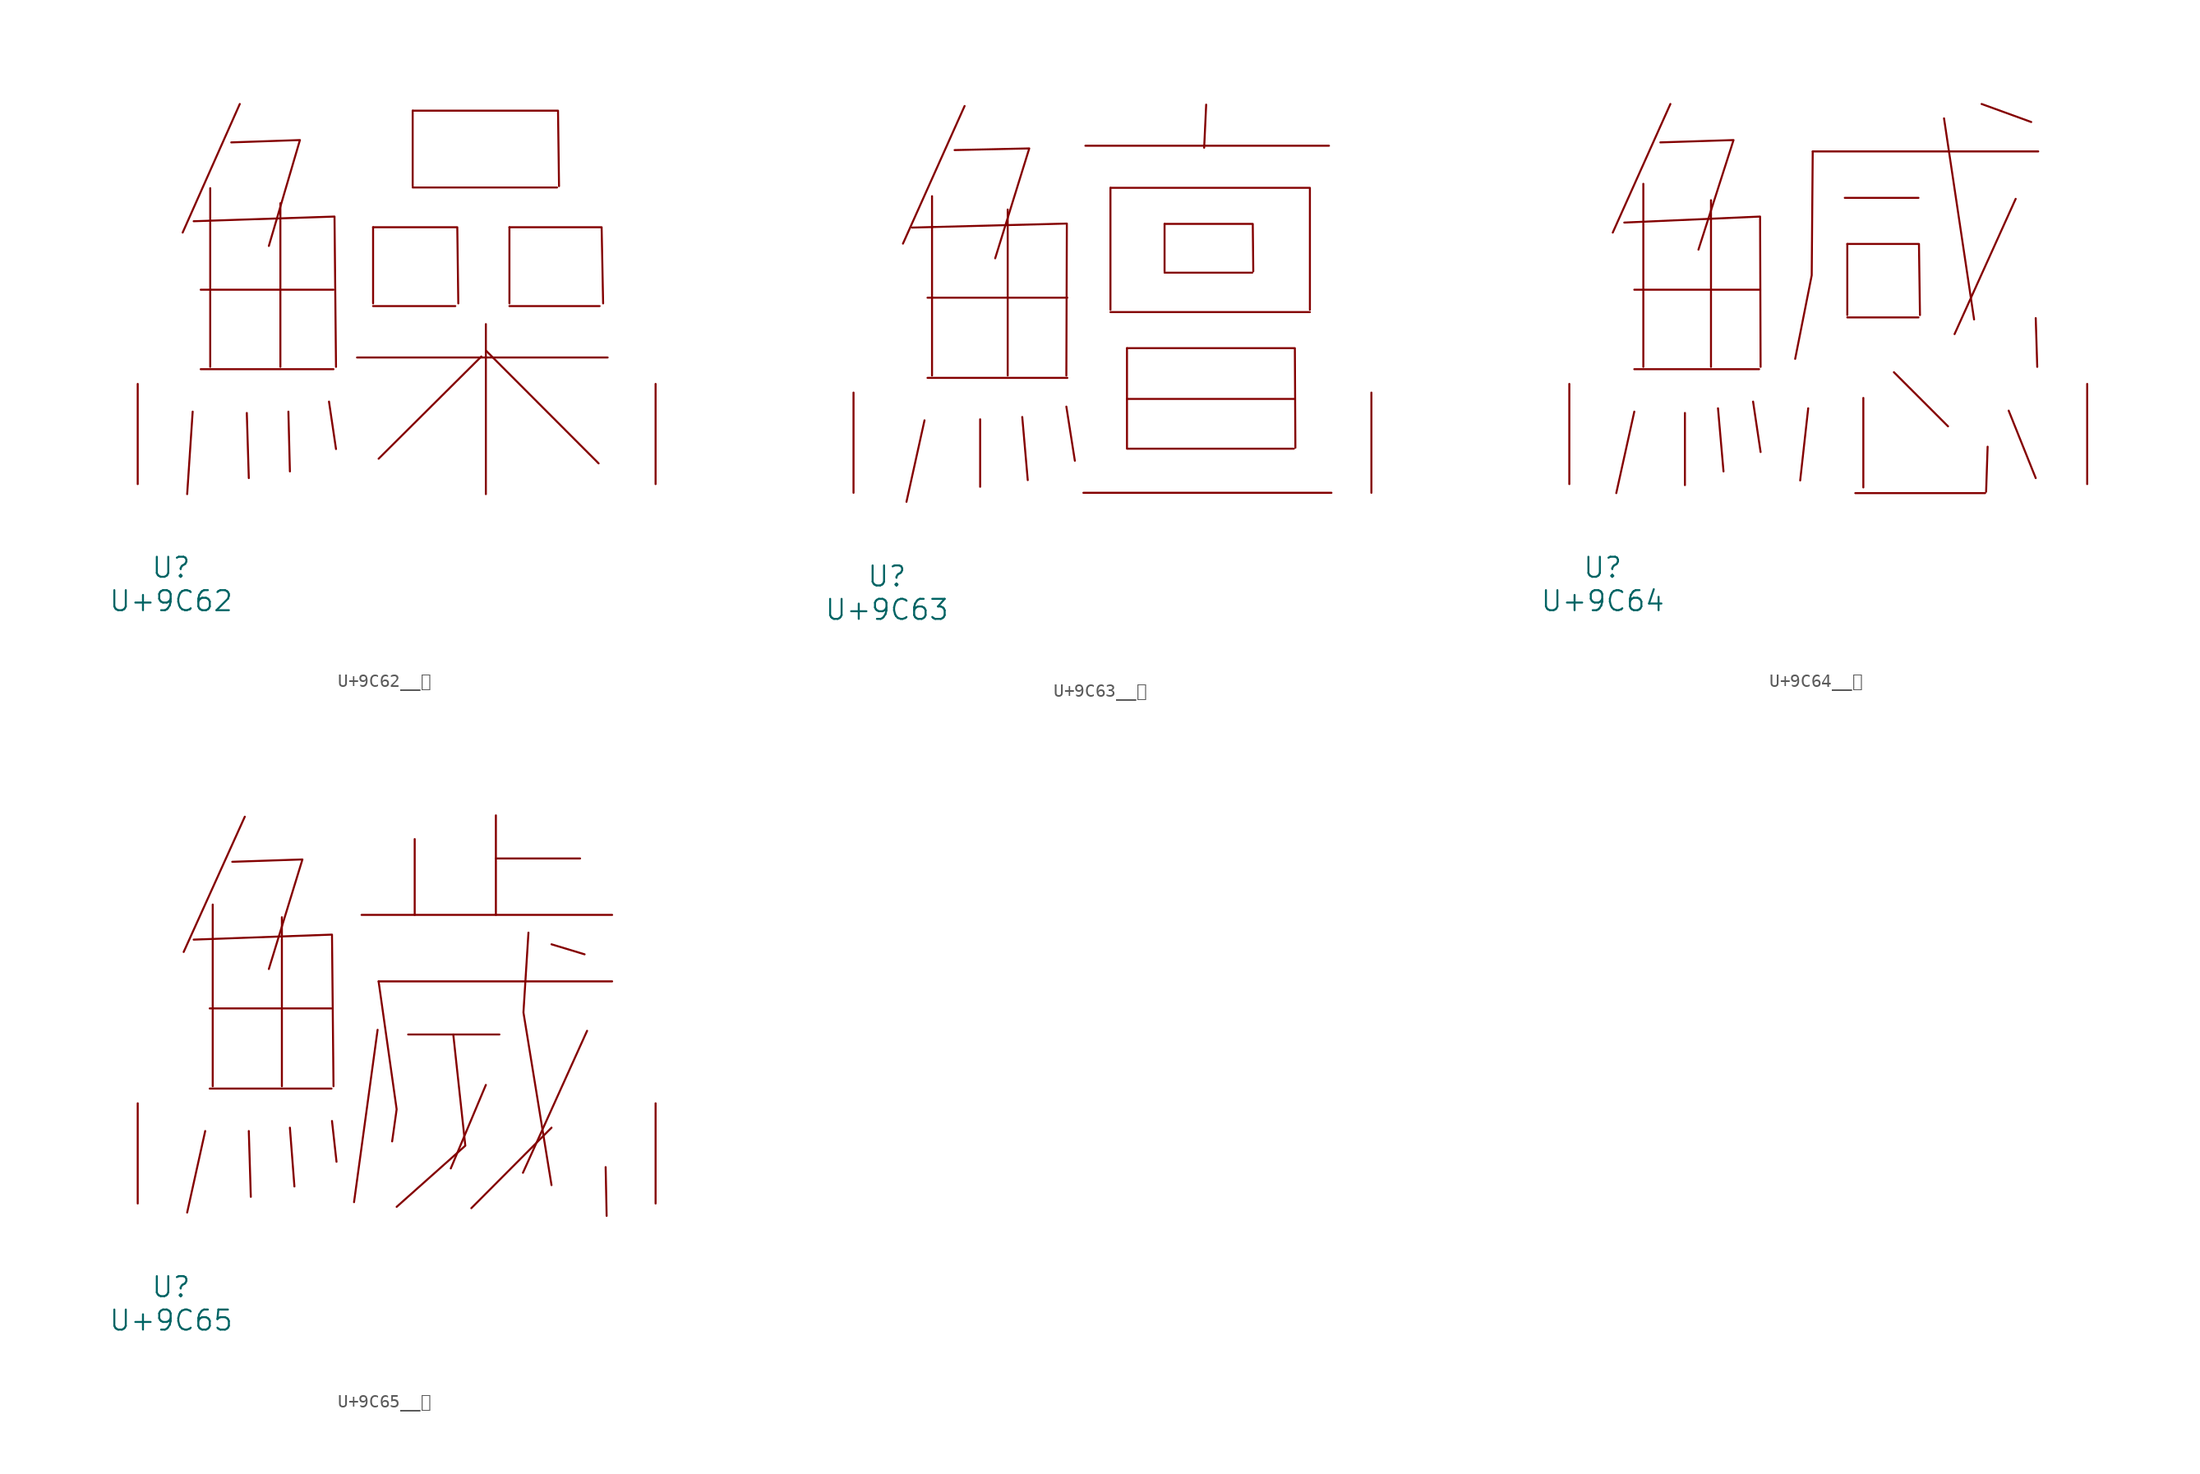
<source format=kicad_sym>
(kicad_symbol_lib
  (version 20231120)
  (generator "kicad_symbol_editor")
  (generator_version "8.0")
  (symbol "U+9C62__鱢"
    (pin_names
      (offset 1.016))
    (property "Reference" "U"
      (at 0 -6.35 0)
      (effects (font (size 1.524 1.524))))
    (property "Value" "U+9C62"
      (at 0 -8.89 0)
      (effects (font (size 1.524 1.524))))
    (symbol "U+9C62__鱢_0_1"
      (polyline (pts (xy 1.638 5.512) (xy 1.219 -0.762)) (stroke (width 0) (type solid)) (fill (type none)))
      (polyline (pts (xy 2.248 8.738) (xy 12.344 8.738)) (stroke (width 0) (type solid)) (fill (type none)))
      (polyline (pts (xy 2.248 14.783) (xy 12.344 14.783)) (stroke (width 0) (type solid)) (fill (type none)))
      (polyline (pts (xy 2.972 22.504) (xy 2.972 8.915)) (stroke (width 0) (type solid)) (fill (type none)))
      (polyline (pts (xy 5.22 28.905) (xy 0.876 19.126)) (stroke (width 0) (type solid)) (fill (type none)))
      (polyline (pts (xy 5.753 5.41) (xy 5.905 0.457)) (stroke (width 0) (type solid)) (fill (type none)))
      (polyline (pts (xy 8.306 21.361) (xy 8.306 8.915)) (stroke (width 0) (type solid)) (fill (type none)))
      (polyline (pts (xy 8.915 5.512) (xy 9.03 0.965)) (stroke (width 0) (type solid)) (fill (type none)))
      (polyline (pts (xy 12.002 6.274) (xy 12.535 2.667)) (stroke (width 0) (type solid)) (fill (type none)))
      (polyline (pts (xy 14.135 9.627) (xy 33.185 9.627)) (stroke (width 0) (type solid)) (fill (type none)))
      (polyline (pts (xy 15.354 13.538) (xy 21.603 13.538)) (stroke (width 0) (type solid)) (fill (type none)))
      (polyline (pts (xy 15.354 19.533) (xy 15.354 13.741)) (stroke (width 0) (type solid)) (fill (type none)))
      (polyline (pts (xy 18.364 22.555) (xy 29.337 22.555)) (stroke (width 0) (type solid)) (fill (type none)))
      (polyline (pts (xy 18.364 28.397) (xy 18.364 22.657)) (stroke (width 0) (type solid)) (fill (type none)))
      (polyline (pts (xy 23.584 9.703) (xy 15.773 1.93)) (stroke (width 0) (type solid)) (fill (type none)))
      (polyline (pts (xy 23.927 10.16) (xy 32.499 1.575)) (stroke (width 0) (type solid)) (fill (type none)))
      (polyline (pts (xy 23.927 12.167) (xy 23.927 -0.762)) (stroke (width 0) (type solid)) (fill (type none)))
      (polyline (pts (xy 25.718 13.538) (xy 32.575 13.538)) (stroke (width 0) (type solid)) (fill (type none)))
      (polyline (pts (xy 25.718 19.533) (xy 25.718 13.741)) (stroke (width 0) (type solid)) (fill (type none)))
      (polyline (pts (xy 1.714 19.99) (xy 12.421 20.345) (xy 12.535 8.915)) (stroke (width 0) (type solid)) (fill (type none)))
      (polyline (pts (xy 4.572 25.984) (xy 9.792 26.162) (xy 7.429 18.11)) (stroke (width 0) (type solid)) (fill (type none)))
      (polyline (pts (xy 15.354 19.533) (xy 21.755 19.533) (xy 21.831 13.741)) (stroke (width 0) (type solid)) (fill (type none)))
      (polyline (pts (xy 18.364 28.397) (xy 29.413 28.397) (xy 29.489 22.657)) (stroke (width 0) (type solid)) (fill (type none)))
      (polyline (pts (xy 25.718 19.533) (xy 32.728 19.533) (xy 32.842 13.741)) (stroke (width 0) (type solid)) (fill (type none)))
      (pin input line (at -2.54 0 90) (length 7.62) (name "~" (effects (font (size 1.27 1.27)))) (number "~" (effects (font (size 1.27 1.27)))))
      (pin input line (at 36.83 0 90) (length 7.62) (name "~" (effects (font (size 1.27 1.27)))) (number "~" (effects (font (size 1.27 1.27)))))))
  (symbol "U+9C63__鱣"
    (pin_names
      (offset 1.016))
    (property "Reference" "U"
      (at 0 -6.35 0)
      (effects (font (size 1.524 1.524))))
    (property "Value" "U+9C63"
      (at 0 -8.89 0)
      (effects (font (size 1.524 1.524))))
    (symbol "U+9C63__鱣_0_1"
      (polyline (pts (xy 2.857 5.512) (xy 1.486 -0.686)) (stroke (width 0) (type solid)) (fill (type none)))
      (polyline (pts (xy 3.086 8.738) (xy 13.716 8.738)) (stroke (width 0) (type solid)) (fill (type none)))
      (polyline (pts (xy 3.086 14.834) (xy 13.716 14.834)) (stroke (width 0) (type solid)) (fill (type none)))
      (polyline (pts (xy 3.429 22.555) (xy 3.429 8.915)) (stroke (width 0) (type solid)) (fill (type none)))
      (polyline (pts (xy 5.905 29.413) (xy 1.219 18.948)) (stroke (width 0) (type solid)) (fill (type none)))
      (polyline (pts (xy 7.087 5.588) (xy 7.087 0.457)) (stroke (width 0) (type solid)) (fill (type none)))
      (polyline (pts (xy 9.182 21.539) (xy 9.182 8.915)) (stroke (width 0) (type solid)) (fill (type none)))
      (polyline (pts (xy 10.287 5.766) (xy 10.706 0.965)) (stroke (width 0) (type solid)) (fill (type none)))
      (polyline (pts (xy 13.64 6.553) (xy 14.287 2.438)) (stroke (width 0) (type solid)) (fill (type none)))
      (polyline (pts (xy 14.935 0) (xy 33.795 0)) (stroke (width 0) (type solid)) (fill (type none)))
      (polyline (pts (xy 15.088 26.391) (xy 33.604 26.391)) (stroke (width 0) (type solid)) (fill (type none)))
      (polyline (pts (xy 16.993 13.741) (xy 32.156 13.741)) (stroke (width 0) (type solid)) (fill (type none)))
      (polyline (pts (xy 16.993 23.19) (xy 16.993 13.919)) (stroke (width 0) (type solid)) (fill (type none)))
      (polyline (pts (xy 18.25 3.353) (xy 30.937 3.353)) (stroke (width 0) (type solid)) (fill (type none)))
      (polyline (pts (xy 18.25 7.137) (xy 30.937 7.137)) (stroke (width 0) (type solid)) (fill (type none)))
      (polyline (pts (xy 18.25 10.998) (xy 18.25 3.429)) (stroke (width 0) (type solid)) (fill (type none)))
      (polyline (pts (xy 21.107 16.739) (xy 27.775 16.739)) (stroke (width 0) (type solid)) (fill (type none)))
      (polyline (pts (xy 21.107 20.447) (xy 21.107 16.84)) (stroke (width 0) (type solid)) (fill (type none)))
      (polyline (pts (xy 24.27 29.515) (xy 24.117 26.238)) (stroke (width 0) (type solid)) (fill (type none)))
      (polyline (pts (xy 1.905 20.168) (xy 13.678 20.472) (xy 13.64 8.915)) (stroke (width 0) (type solid)) (fill (type none)))
      (polyline (pts (xy 5.144 26.06) (xy 10.82 26.187) (xy 8.23 17.831)) (stroke (width 0) (type solid)) (fill (type none)))
      (polyline (pts (xy 16.993 23.19) (xy 32.156 23.19) (xy 32.156 13.919)) (stroke (width 0) (type solid)) (fill (type none)))
      (polyline (pts (xy 18.25 10.998) (xy 31.013 10.998) (xy 31.052 3.429)) (stroke (width 0) (type solid)) (fill (type none)))
      (polyline (pts (xy 21.107 20.447) (xy 27.813 20.447) (xy 27.851 16.84)) (stroke (width 0) (type solid)) (fill (type none)))
      (pin input line (at -2.54 0 90) (length 7.62) (name "~" (effects (font (size 1.27 1.27)))) (number "~" (effects (font (size 1.27 1.27)))))
      (pin input line (at 36.83 0 90) (length 7.62) (name "~" (effects (font (size 1.27 1.27)))) (number "~" (effects (font (size 1.27 1.27)))))))
  (symbol "U+9C64__鱤"
    (pin_names
      (offset 1.016))
    (property "Reference" "U"
      (at 0 -6.35 0)
      (effects (font (size 1.524 1.524))))
    (property "Value" "U+9C64"
      (at 0 -8.89 0)
      (effects (font (size 1.524 1.524))))
    (symbol "U+9C64__鱤_0_1"
      (polyline (pts (xy 2.4 5.512) (xy 1.029 -0.686)) (stroke (width 0) (type solid)) (fill (type none)))
      (polyline (pts (xy 2.4 8.738) (xy 11.887 8.738)) (stroke (width 0) (type solid)) (fill (type none)))
      (polyline (pts (xy 2.4 14.783) (xy 11.887 14.783)) (stroke (width 0) (type solid)) (fill (type none)))
      (polyline (pts (xy 3.086 22.835) (xy 3.086 8.915)) (stroke (width 0) (type solid)) (fill (type none)))
      (polyline (pts (xy 5.144 28.905) (xy 0.762 19.126)) (stroke (width 0) (type solid)) (fill (type none)))
      (polyline (pts (xy 6.248 5.41) (xy 6.248 -0.076)) (stroke (width 0) (type solid)) (fill (type none)))
      (polyline (pts (xy 8.23 21.59) (xy 8.23 8.915)) (stroke (width 0) (type solid)) (fill (type none)))
      (polyline (pts (xy 8.763 5.766) (xy 9.182 0.965)) (stroke (width 0) (type solid)) (fill (type none)))
      (polyline (pts (xy 11.43 6.274) (xy 12.002 2.438)) (stroke (width 0) (type solid)) (fill (type none)))
      (polyline (pts (xy 15.621 5.766) (xy 15.011 0.279)) (stroke (width 0) (type solid)) (fill (type none)))
      (polyline (pts (xy 15.964 25.298) (xy 33.109 25.298)) (stroke (width 0) (type solid)) (fill (type none)))
      (polyline (pts (xy 18.402 21.768) (xy 24.003 21.768)) (stroke (width 0) (type solid)) (fill (type none)))
      (polyline (pts (xy 18.593 12.675) (xy 24.003 12.675)) (stroke (width 0) (type solid)) (fill (type none)))
      (polyline (pts (xy 18.593 18.263) (xy 18.593 12.852)) (stroke (width 0) (type solid)) (fill (type none)))
      (polyline (pts (xy 19.202 -0.686) (xy 29.07 -0.686)) (stroke (width 0) (type solid)) (fill (type none)))
      (polyline (pts (xy 19.812 6.553) (xy 19.812 -0.254)) (stroke (width 0) (type solid)) (fill (type none)))
      (polyline (pts (xy 22.136 8.509) (xy 26.251 4.394)) (stroke (width 0) (type solid)) (fill (type none)))
      (polyline (pts (xy 25.946 27.813) (xy 28.232 12.522)) (stroke (width 0) (type solid)) (fill (type none)))
      (polyline (pts (xy 28.804 28.905) (xy 32.575 27.534)) (stroke (width 0) (type solid)) (fill (type none)))
      (polyline (pts (xy 29.261 2.845) (xy 29.146 -0.584)) (stroke (width 0) (type solid)) (fill (type none)))
      (polyline (pts (xy 30.861 5.588) (xy 32.918 0.457)) (stroke (width 0) (type solid)) (fill (type none)))
      (polyline (pts (xy 31.394 21.692) (xy 26.746 11.405)) (stroke (width 0) (type solid)) (fill (type none)))
      (polyline (pts (xy 32.918 12.624) (xy 33.033 8.915)) (stroke (width 0) (type solid)) (fill (type none)))
      (polyline (pts (xy 1.638 19.888) (xy 11.963 20.345) (xy 12.002 8.915)) (stroke (width 0) (type solid)) (fill (type none)))
      (polyline (pts (xy 4.381 25.984) (xy 9.944 26.162) (xy 7.277 17.831)) (stroke (width 0) (type solid)) (fill (type none)))
      (polyline (pts (xy 15.964 25.298) (xy 15.888 15.875) (xy 14.63 9.525)) (stroke (width 0) (type solid)) (fill (type none)))
      (polyline (pts (xy 18.593 18.263) (xy 24.041 18.263) (xy 24.117 12.852)) (stroke (width 0) (type solid)) (fill (type none)))
      (pin input line (at -2.54 0 90) (length 7.62) (name "~" (effects (font (size 1.27 1.27)))) (number "~" (effects (font (size 1.27 1.27)))))
      (pin input line (at 36.83 0 90) (length 7.62) (name "~" (effects (font (size 1.27 1.27)))) (number "~" (effects (font (size 1.27 1.27)))))))
  (symbol "U+9C65__鱥"
    (pin_names
      (offset 1.016))
    (property "Reference" "U"
      (at 0 -6.35 0)
      (effects (font (size 1.524 1.524))))
    (property "Value" "U+9C65"
      (at 0 -8.89 0)
      (effects (font (size 1.524 1.524))))
    (symbol "U+9C65__鱥_0_1"
      (polyline (pts (xy 2.591 5.512) (xy 1.219 -0.686)) (stroke (width 0) (type solid)) (fill (type none)))
      (polyline (pts (xy 2.934 8.738) (xy 12.192 8.738)) (stroke (width 0) (type solid)) (fill (type none)))
      (polyline (pts (xy 2.934 14.834) (xy 12.192 14.834)) (stroke (width 0) (type solid)) (fill (type none)))
      (polyline (pts (xy 3.162 22.733) (xy 3.162 8.915)) (stroke (width 0) (type solid)) (fill (type none)))
      (polyline (pts (xy 5.601 29.413) (xy 0.953 19.126)) (stroke (width 0) (type solid)) (fill (type none)))
      (polyline (pts (xy 5.905 5.512) (xy 6.058 0.508)) (stroke (width 0) (type solid)) (fill (type none)))
      (polyline (pts (xy 8.42 21.768) (xy 8.42 8.915)) (stroke (width 0) (type solid)) (fill (type none)))
      (polyline (pts (xy 9.03 5.766) (xy 9.373 1.295)) (stroke (width 0) (type solid)) (fill (type none)))
      (polyline (pts (xy 12.23 6.274) (xy 12.573 3.175)) (stroke (width 0) (type solid)) (fill (type none)))
      (polyline (pts (xy 14.478 21.946) (xy 33.528 21.946)) (stroke (width 0) (type solid)) (fill (type none)))
      (polyline (pts (xy 15.697 13.208) (xy 13.906 0.102)) (stroke (width 0) (type solid)) (fill (type none)))
      (polyline (pts (xy 15.773 16.891) (xy 33.528 16.891)) (stroke (width 0) (type solid)) (fill (type none)))
      (polyline (pts (xy 18.021 12.852) (xy 24.956 12.852)) (stroke (width 0) (type solid)) (fill (type none)))
      (polyline (pts (xy 18.517 27.711) (xy 18.517 21.946)) (stroke (width 0) (type solid)) (fill (type none)))
      (polyline (pts (xy 23.927 9.017) (xy 21.26 2.667)) (stroke (width 0) (type solid)) (fill (type none)))
      (polyline (pts (xy 24.689 26.238) (xy 31.09 26.238)) (stroke (width 0) (type solid)) (fill (type none)))
      (polyline (pts (xy 24.689 29.515) (xy 24.689 21.946)) (stroke (width 0) (type solid)) (fill (type none)))
      (polyline (pts (xy 28.918 5.766) (xy 22.822 -0.356)) (stroke (width 0) (type solid)) (fill (type none)))
      (polyline (pts (xy 28.918 19.71) (xy 31.433 18.948)) (stroke (width 0) (type solid)) (fill (type none)))
      (polyline (pts (xy 31.623 13.132) (xy 26.746 2.337)) (stroke (width 0) (type solid)) (fill (type none)))
      (polyline (pts (xy 33.033 2.769) (xy 33.109 -0.94)) (stroke (width 0) (type solid)) (fill (type none)))
      (polyline (pts (xy 1.714 20.066) (xy 12.23 20.447) (xy 12.344 8.915)) (stroke (width 0) (type solid)) (fill (type none)))
      (polyline (pts (xy 4.648 25.984) (xy 9.982 26.162) (xy 7.429 17.831)) (stroke (width 0) (type solid)) (fill (type none)))
      (polyline (pts (xy 15.773 16.891) (xy 17.145 7.163) (xy 16.802 4.724)) (stroke (width 0) (type solid)) (fill (type none)))
      (polyline (pts (xy 21.45 12.852) (xy 22.365 4.394) (xy 17.145 -0.254)) (stroke (width 0) (type solid)) (fill (type none)))
      (polyline (pts (xy 27.165 20.599) (xy 26.784 14.529) (xy 28.918 1.397)) (stroke (width 0) (type solid)) (fill (type none)))
      (pin input line (at -2.54 0 90) (length 7.62) (name "~" (effects (font (size 1.27 1.27)))) (number "~" (effects (font (size 1.27 1.27)))))
      (pin input line (at 36.83 0 90) (length 7.62) (name "~" (effects (font (size 1.27 1.27)))) (number "~" (effects (font (size 1.27 1.27))))))))
</source>
